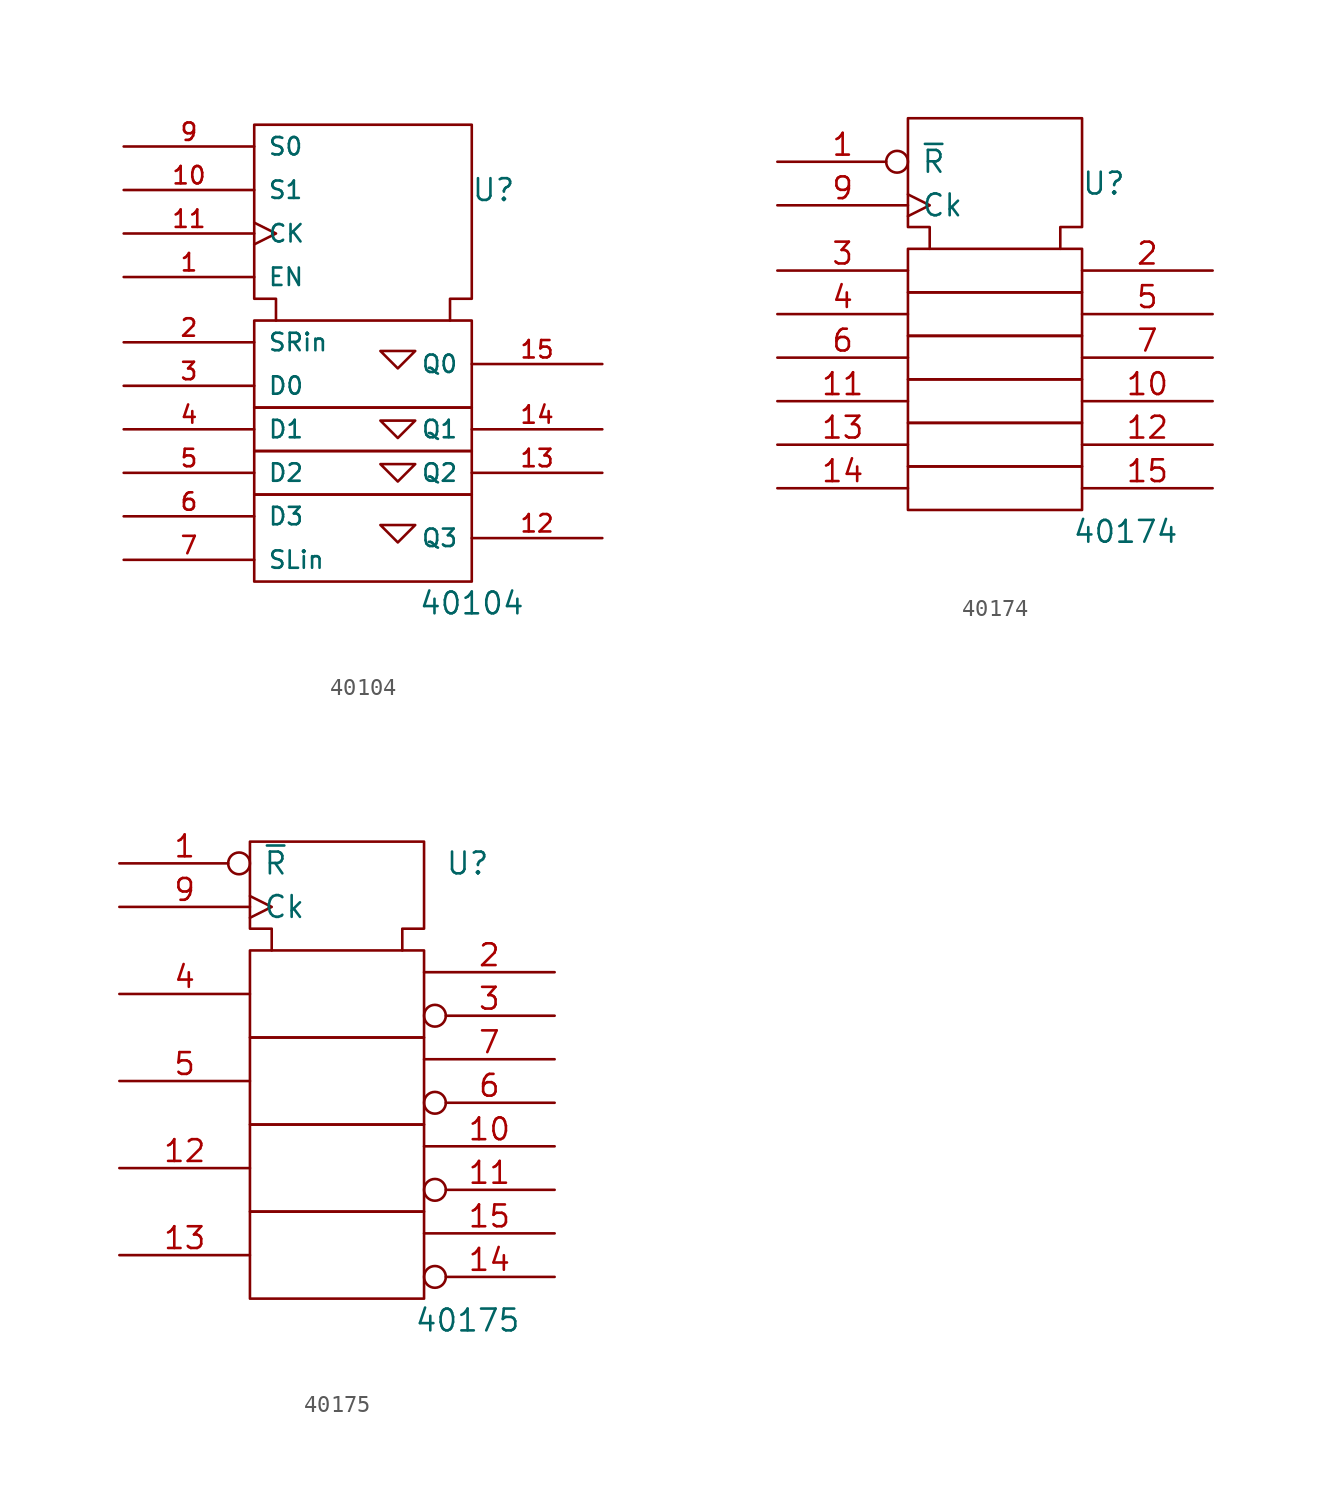
<source format=kicad_sym>
(kicad_symbol_lib
  (version 20201005)
  (generator kicad_symbol_editor)
  (symbol "40104"
    (pin_names
      (offset 0.762))
    (property "Reference" "U"
      (at 7.62 8.89 0)
      (effects (font (size 1.27 1.27))))
    (property "Value" "40104"
      (at 6.35 -15.24 0)
      (effects (font (size 1.27 1.27))))
    (symbol "40104_0_0"
      (rectangle (start -6.35 -8.89) (end 6.35 -13.97) (stroke (width 0)) (fill (type none)))
      (rectangle (start -6.35 -6.35) (end 6.35 -8.89) (stroke (width 0)) (fill (type none))))
    (symbol "40104_0_1"
      (rectangle (start -6.35 -3.81) (end 6.35 -6.35) (stroke (width 0)) (fill (type none)))
      (rectangle (start -6.35 1.27) (end 6.35 -3.81) (stroke (width 0)) (fill (type none)))
      (polyline (pts (xy 1.016 -10.668) (xy 3.048 -10.668) (xy 2.032 -11.684) (xy 1.016 -10.668) (xy 1.016 -10.668)) (stroke (width 0)) (fill (type none)))
      (polyline (pts (xy 1.016 -7.112) (xy 2.032 -8.128) (xy 3.048 -7.112) (xy 1.016 -7.112) (xy 1.016 -7.112)) (stroke (width 0)) (fill (type none)))
      (polyline (pts (xy 1.016 -4.572) (xy 2.032 -5.588) (xy 3.048 -4.572) (xy 1.016 -4.572) (xy 1.016 -4.572)) (stroke (width 0)) (fill (type none)))
      (polyline (pts (xy 1.016 -0.508) (xy 2.032 -1.524) (xy 3.048 -0.508) (xy 1.016 -0.508) (xy 1.016 -0.508)) (stroke (width 0)) (fill (type none)))
      (polyline (pts (xy -5.08 1.27) (xy -5.08 2.54) (xy -6.35 2.54) (xy -6.35 12.7) (xy 6.35 12.7) (xy 6.35 2.54) (xy 5.08 2.54) (xy 5.08 1.27) (xy 5.08 1.27)) (stroke (width 0)) (fill (type none))))
    (symbol "40104_1_1"
      (pin input line (at -13.97 3.81 0) (length 7.62) (name "EN" (effects (font (size 1.016 1.016)))) (number "1" (effects (font (size 1.016 1.016)))))
      (pin input line (at -13.97 8.89 0) (length 7.62) (name "S1" (effects (font (size 1.016 1.016)))) (number "10" (effects (font (size 1.016 1.016)))))
      (pin input clock (at -13.97 6.35 0) (length 7.62) (name "CK" (effects (font (size 1.016 1.016)))) (number "11" (effects (font (size 1.016 1.016)))))
      (pin output line (at 13.97 -11.43 180) (length 7.62) (name "Q3" (effects (font (size 1.016 1.016)))) (number "12" (effects (font (size 1.016 1.016)))))
      (pin output line (at 13.97 -7.62 180) (length 7.62) (name "Q2" (effects (font (size 1.016 1.016)))) (number "13" (effects (font (size 1.016 1.016)))))
      (pin output line (at 13.97 -5.08 180) (length 7.62) (name "Q1" (effects (font (size 1.016 1.016)))) (number "14" (effects (font (size 1.016 1.016)))))
      (pin output line (at 13.97 -1.27 180) (length 7.62) (name "Q0" (effects (font (size 1.016 1.016)))) (number "15" (effects (font (size 1.016 1.016)))))
      (pin power_in line (at 3.81 12.7 270) (length 0) hide (name "Vdd" (effects (font (size 1.016 1.016)))) (number "16" (effects (font (size 1.016 1.016)))))
      (pin input line (at -13.97 0 0) (length 7.62) (name "SRin" (effects (font (size 1.016 1.016)))) (number "2" (effects (font (size 1.016 1.016)))))
      (pin input line (at -13.97 -2.54 0) (length 7.62) (name "D0" (effects (font (size 1.016 1.016)))) (number "3" (effects (font (size 1.016 1.016)))))
      (pin input line (at -13.97 -5.08 0) (length 7.62) (name "D1" (effects (font (size 1.016 1.016)))) (number "4" (effects (font (size 1.016 1.016)))))
      (pin input line (at -13.97 -7.62 0) (length 7.62) (name "D2" (effects (font (size 1.016 1.016)))) (number "5" (effects (font (size 1.016 1.016)))))
      (pin input line (at -13.97 -10.16 0) (length 7.62) (name "D3" (effects (font (size 1.016 1.016)))) (number "6" (effects (font (size 1.016 1.016)))))
      (pin input line (at -13.97 -12.7 0) (length 7.62) (name "SLin" (effects (font (size 1.016 1.016)))) (number "7" (effects (font (size 1.016 1.016)))))
      (pin power_in line (at 0 12.7 270) (length 0) hide (name "Vss" (effects (font (size 1.016 1.016)))) (number "8" (effects (font (size 1.016 1.016)))))
      (pin input line (at -13.97 11.43 0) (length 7.62) (name "S0" (effects (font (size 1.016 1.016)))) (number "9" (effects (font (size 1.016 1.016)))))))
  (symbol "40174"
    (pin_names
      (offset 0.762))
    (property "Reference" "U"
      (at 6.35 8.89 0)
      (effects (font (size 1.27 1.27))))
    (property "Value" "40174"
      (at 7.62 -11.43 0)
      (effects (font (size 1.27 1.27))))
    (symbol "40174_0_0"
      (pin input inverted (at -12.7 10.16 0) (length 7.62) (name "~R" (effects (font (size 1.27 1.27)))) (number "1" (effects (font (size 1.27 1.27)))))
      (pin power_in line (at 3.81 12.7 270) (length 0) hide (name "Vdd" (effects (font (size 1.27 1.27)))) (number "16" (effects (font (size 1.27 1.27)))))
      (pin power_in line (at 0 12.7 270) (length 0) hide (name "Vss" (effects (font (size 1.27 1.27)))) (number "8" (effects (font (size 1.27 1.27)))))
      (pin input clock (at -12.7 7.62 0) (length 7.62) (name "Ck" (effects (font (size 1.27 1.27)))) (number "9" (effects (font (size 1.27 1.27))))))
    (symbol "40174_0_1"
      (rectangle (start -5.08 -7.62) (end 5.08 -10.16) (stroke (width 0)) (fill (type none)))
      (rectangle (start -5.08 -5.08) (end 5.08 -7.62) (stroke (width 0)) (fill (type none)))
      (rectangle (start -5.08 -2.54) (end 5.08 -5.08) (stroke (width 0)) (fill (type none)))
      (rectangle (start -5.08 0) (end 5.08 -2.54) (stroke (width 0)) (fill (type none)))
      (rectangle (start -5.08 2.54) (end 5.08 0) (stroke (width 0)) (fill (type none)))
      (rectangle (start -5.08 5.08) (end 5.08 2.54) (stroke (width 0)) (fill (type none)))
      (polyline (pts (xy -3.81 5.08) (xy -3.81 6.35) (xy -5.08 6.35) (xy -5.08 12.7) (xy 5.08 12.7) (xy 5.08 6.35) (xy 3.81 6.35) (xy 3.81 5.08) (xy 3.81 5.08)) (stroke (width 0)) (fill (type none))))
    (symbol "40174_1_0"
      (pin output line (at 12.7 -3.81 180) (length 7.62) (name "~" (effects (font (size 1.27 1.27)))) (number "10" (effects (font (size 1.27 1.27)))))
      (pin input line (at -12.7 -3.81 0) (length 7.62) (name "~" (effects (font (size 1.27 1.27)))) (number "11" (effects (font (size 1.27 1.27)))))
      (pin output line (at 12.7 -6.35 180) (length 7.62) (name "~" (effects (font (size 1.27 1.27)))) (number "12" (effects (font (size 1.27 1.27)))))
      (pin input line (at -12.7 -6.35 0) (length 7.62) (name "~" (effects (font (size 1.27 1.27)))) (number "13" (effects (font (size 1.27 1.27)))))
      (pin input line (at -12.7 -8.89 0) (length 7.62) (name "~" (effects (font (size 1.27 1.27)))) (number "14" (effects (font (size 1.27 1.27)))))
      (pin output line (at 12.7 -8.89 180) (length 7.62) (name "~" (effects (font (size 1.27 1.27)))) (number "15" (effects (font (size 1.27 1.27)))))
      (pin output line (at 12.7 3.81 180) (length 7.62) (name "~" (effects (font (size 1.27 1.27)))) (number "2" (effects (font (size 1.27 1.27)))))
      (pin input line (at -12.7 3.81 0) (length 7.62) (name "~" (effects (font (size 1.27 1.27)))) (number "3" (effects (font (size 1.27 1.27)))))
      (pin input line (at -12.7 1.27 0) (length 7.62) (name "~" (effects (font (size 1.27 1.27)))) (number "4" (effects (font (size 1.27 1.27)))))
      (pin output line (at 12.7 1.27 180) (length 7.62) (name "~" (effects (font (size 1.27 1.27)))) (number "5" (effects (font (size 1.27 1.27)))))
      (pin input line (at -12.7 -1.27 0) (length 7.62) (name "~" (effects (font (size 1.27 1.27)))) (number "6" (effects (font (size 1.27 1.27)))))
      (pin output line (at 12.7 -1.27 180) (length 7.62) (name "~" (effects (font (size 1.27 1.27)))) (number "7" (effects (font (size 1.27 1.27)))))))
  (symbol "40175"
    (pin_names
      (offset 0.762))
    (property "Reference" "U"
      (at 7.62 11.43 0)
      (effects (font (size 1.27 1.27))))
    (property "Value" "40175"
      (at 7.62 -15.24 0)
      (effects (font (size 1.27 1.27))))
    (symbol "40175_0_1"
      (rectangle (start -5.08 -8.89) (end 5.08 -13.97) (stroke (width 0)) (fill (type none)))
      (rectangle (start -5.08 1.27) (end 5.08 -3.81) (stroke (width 0)) (fill (type none)))
      (rectangle (start 5.08 -3.81) (end -5.08 -8.89) (stroke (width 0)) (fill (type none)))
      (rectangle (start 5.08 6.35) (end -5.08 1.27) (stroke (width 0)) (fill (type none)))
      (polyline (pts (xy -3.81 6.35) (xy -3.81 7.62) (xy -5.08 7.62) (xy -5.08 12.7) (xy 5.08 12.7) (xy 5.08 7.62) (xy 3.81 7.62) (xy 3.81 6.35) (xy 3.81 6.35)) (stroke (width 0)) (fill (type none))))
    (symbol "40175_1_0"
      (pin input inverted (at -12.7 11.43 0) (length 7.62) (name "~R" (effects (font (size 1.27 1.27)))) (number "1" (effects (font (size 1.27 1.27)))))
      (pin output line (at 12.7 -5.08 180) (length 7.62) (name "~" (effects (font (size 1.27 1.27)))) (number "10" (effects (font (size 1.27 1.27)))))
      (pin output inverted (at 12.7 -7.62 180) (length 7.62) (name "~" (effects (font (size 1.27 1.27)))) (number "11" (effects (font (size 1.27 1.27)))))
      (pin input line (at -12.7 -6.35 0) (length 7.62) (name "~" (effects (font (size 1.27 1.27)))) (number "12" (effects (font (size 1.27 1.27)))))
      (pin input line (at -12.7 -11.43 0) (length 7.62) (name "~" (effects (font (size 1.27 1.27)))) (number "13" (effects (font (size 1.27 1.27)))))
      (pin output inverted (at 12.7 -12.7 180) (length 7.62) (name "~" (effects (font (size 1.27 1.27)))) (number "14" (effects (font (size 1.27 1.27)))))
      (pin output line (at 12.7 -10.16 180) (length 7.62) (name "~" (effects (font (size 1.27 1.27)))) (number "15" (effects (font (size 1.27 1.27)))))
      (pin power_in line (at 3.81 12.7 270) (length 0) hide (name "Vdd" (effects (font (size 1.27 1.27)))) (number "16" (effects (font (size 1.27 1.27)))))
      (pin output line (at 12.7 5.08 180) (length 7.62) (name "~" (effects (font (size 1.27 1.27)))) (number "2" (effects (font (size 1.27 1.27)))))
      (pin output inverted (at 12.7 2.54 180) (length 7.62) (name "~" (effects (font (size 1.27 1.27)))) (number "3" (effects (font (size 1.27 1.27)))))
      (pin input line (at -12.7 3.81 0) (length 7.62) (name "~" (effects (font (size 1.27 1.27)))) (number "4" (effects (font (size 1.27 1.27)))))
      (pin input line (at -12.7 -1.27 0) (length 7.62) (name "~" (effects (font (size 1.27 1.27)))) (number "5" (effects (font (size 1.27 1.27)))))
      (pin output inverted (at 12.7 -2.54 180) (length 7.62) (name "~" (effects (font (size 1.27 1.27)))) (number "6" (effects (font (size 1.27 1.27)))))
      (pin output line (at 12.7 0 180) (length 7.62) (name "~" (effects (font (size 1.27 1.27)))) (number "7" (effects (font (size 1.27 1.27)))))
      (pin power_in line (at 0 12.7 270) (length 0) hide (name "Vss" (effects (font (size 1.27 1.27)))) (number "8" (effects (font (size 1.27 1.27)))))
      (pin input clock (at -12.7 8.89 0) (length 7.62) (name "Ck" (effects (font (size 1.27 1.27)))) (number "9" (effects (font (size 1.27 1.27))))))))
</source>
